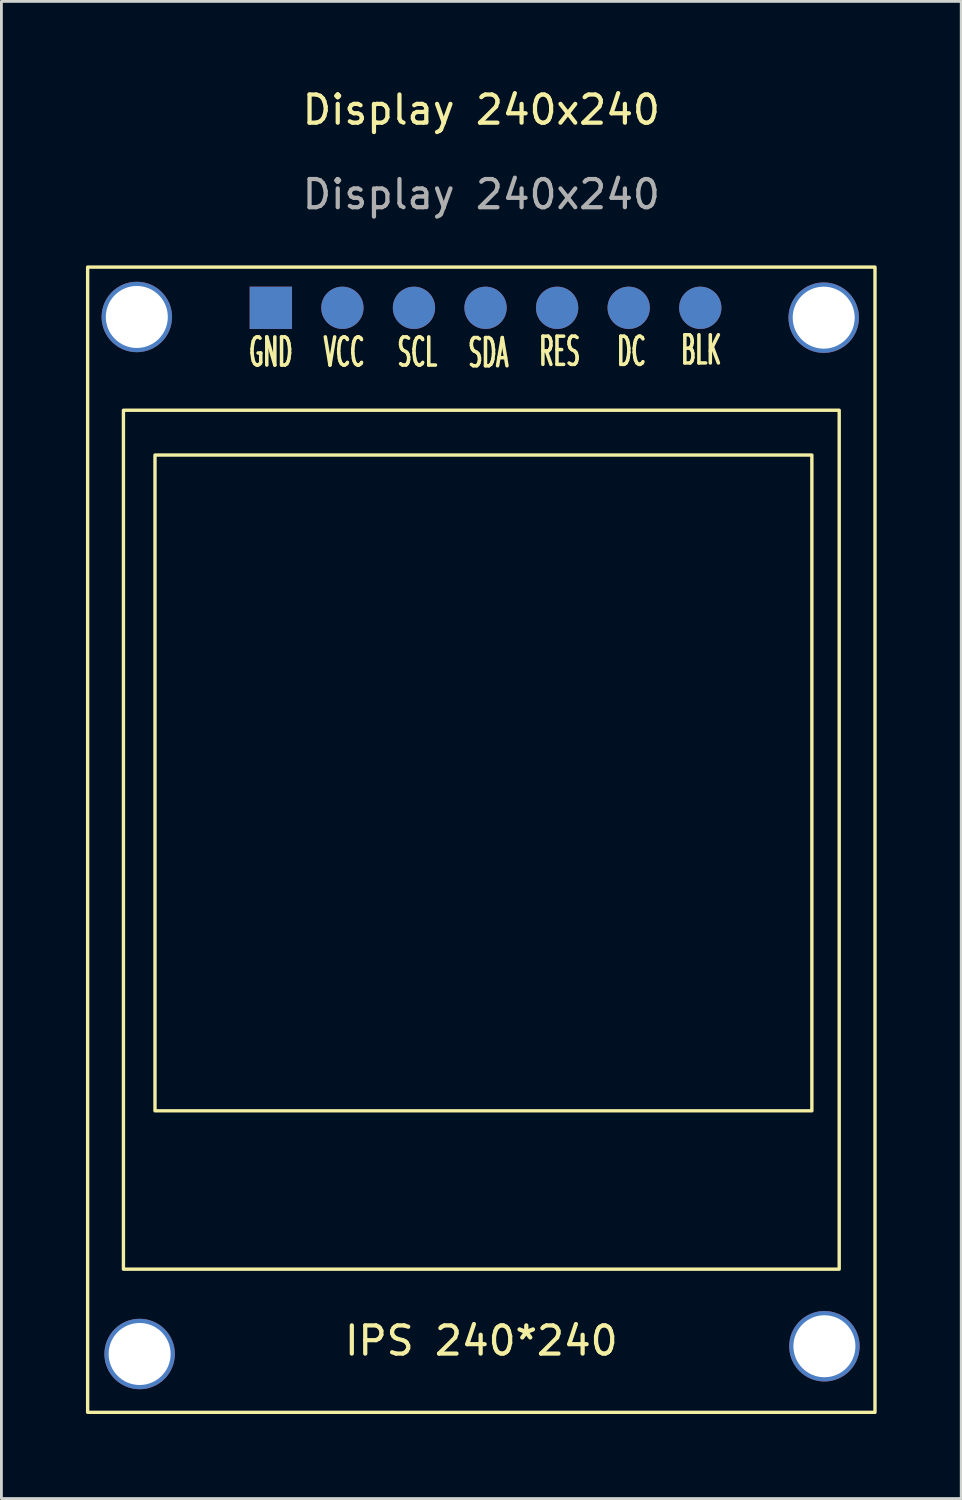
<source format=kicad_pcb>
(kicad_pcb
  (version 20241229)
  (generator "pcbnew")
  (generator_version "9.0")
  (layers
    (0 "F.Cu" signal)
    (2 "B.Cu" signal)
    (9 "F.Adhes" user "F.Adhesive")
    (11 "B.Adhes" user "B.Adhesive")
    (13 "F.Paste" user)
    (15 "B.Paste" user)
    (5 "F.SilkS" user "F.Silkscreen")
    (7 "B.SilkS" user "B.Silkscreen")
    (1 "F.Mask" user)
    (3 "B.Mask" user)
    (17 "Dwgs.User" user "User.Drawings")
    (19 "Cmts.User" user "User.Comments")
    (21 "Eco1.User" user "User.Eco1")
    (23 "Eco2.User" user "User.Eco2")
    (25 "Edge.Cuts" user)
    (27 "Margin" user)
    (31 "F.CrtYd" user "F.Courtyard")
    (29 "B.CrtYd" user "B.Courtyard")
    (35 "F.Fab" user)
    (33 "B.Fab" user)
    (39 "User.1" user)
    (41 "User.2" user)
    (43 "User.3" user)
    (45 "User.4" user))
  (footprint "Display 240x240"
    (layer "F.Cu")
    (at 14.03 1.348)
    (property "Reference" "Display 240x240" (at 0 -0.5 0) (unlocked yes) (layer "F.SilkS") (effects (font (size 1 1) (thickness 0.15))))
    (fp_rect (start -13.97 5.08) (end 13.97 45.72) (stroke (width 0.12) (type solid)) (fill no) (layer "F.SilkS"))
    (fp_rect (start -12.7 10.16) (end 12.7 40.64) (stroke (width 0.12) (type solid)) (fill no) (layer "F.SilkS"))
    (fp_rect (start -11.58 11.75) (end 11.73 35.02) (stroke (width 0.12) (type solid)) (fill no) (layer "F.SilkS"))
    (fp_text user "BLK" (at 7.805 8.025 0) (unlocked yes) (layer "F.SilkS") (effects (font (size 1 0.5) (thickness 0.125))))
    (fp_text user "GND" (at -7.47 8.1 0) (unlocked yes) (layer "F.SilkS") (effects (font (size 1 0.5) (thickness 0.125))))
    (fp_text user "SCL" (at -2.27 8.1 0) (unlocked yes) (layer "F.SilkS") (effects (font (size 1 0.5) (thickness 0.125))))
    (fp_text user "RES" (at 2.78 8.075 0) (unlocked yes) (layer "F.SilkS") (effects (font (size 1 0.5) (thickness 0.125))))
    (fp_text user "IPS 240*240" (at 0 43.18 0) (unlocked yes) (layer "F.SilkS") (effects (font (size 1 1) (thickness 0.15))))
    (fp_text user "SDA" (at 0.255 8.125 0) (unlocked yes) (layer "F.SilkS") (effects (font (size 1 0.5) (thickness 0.125))))
    (fp_text user "DC" (at 5.33 8.075 0) (unlocked yes) (layer "F.SilkS") (effects (font (size 1 0.5) (thickness 0.125))))
    (fp_text user "VCC" (at -4.87 8.1 0) (unlocked yes) (layer "F.SilkS") (effects (font (size 1 0.5) (thickness 0.125))))
    (fp_text user "${REFERENCE}" (at 0 2.5 0) (unlocked yes) (layer "F.Fab") (effects (font (size 1 1) (thickness 0.15))))
    (pad "" thru_hole custom (at -7.47 6.525) (size 1.5 1.5) (drill 0.000001) (layers "*.Cu" "*.Mask") (options (anchor rect)) (primitives))
    (pad "" thru_hole circle (at -4.93 6.525) (size 1.5 1.5) (drill 0.000001) (layers "*.Cu" "*.Mask"))
    (pad "" thru_hole circle (at -2.39 6.525) (size 1.5 1.5) (drill 0.000001) (layers "*.Cu" "*.Mask"))
    (pad "" thru_hole circle (at 0.15 6.525) (size 1.5 1.5) (drill 0.000001) (layers "*.Cu" "*.Mask"))
    (pad "" thru_hole circle (at 2.69 6.525) (size 1.5 1.5) (drill 0.000001) (layers "*.Cu" "*.Mask"))
    (pad "" thru_hole circle (at 5.23 6.525) (size 1.5 1.5) (drill 0.000001) (layers "*.Cu" "*.Mask"))
    (pad "" thru_hole circle (at 7.77 6.525) (size 1.5 1.5) (drill 0.000001) (layers "*.Cu" "*.Mask"))
    (pad "1" thru_hole circle (at -12.225 6.85) (size 2.5 2.5) (drill 2.2) (layers "*.Cu" "*.Mask"))
    (pad "2" thru_hole circle (at 12.15 6.875) (size 2.5 2.5) (drill 2.2) (layers "*.Cu" "*.Mask"))
    (pad "3" thru_hole circle (at -12.125 43.65) (size 2.5 2.5) (drill 2.2) (layers "*.Cu" "*.Mask"))
    (pad "4" thru_hole circle (at 12.175 43.375) (size 2.5 2.5) (drill 2.2) (layers "*.Cu" "*.Mask")))
  (gr_rect
    (start -3 -3)
    (end 31.06 50.128)
    (stroke (width 0.1) (type default))
    (fill no)
    (layer "Edge.Cuts")))
</source>
